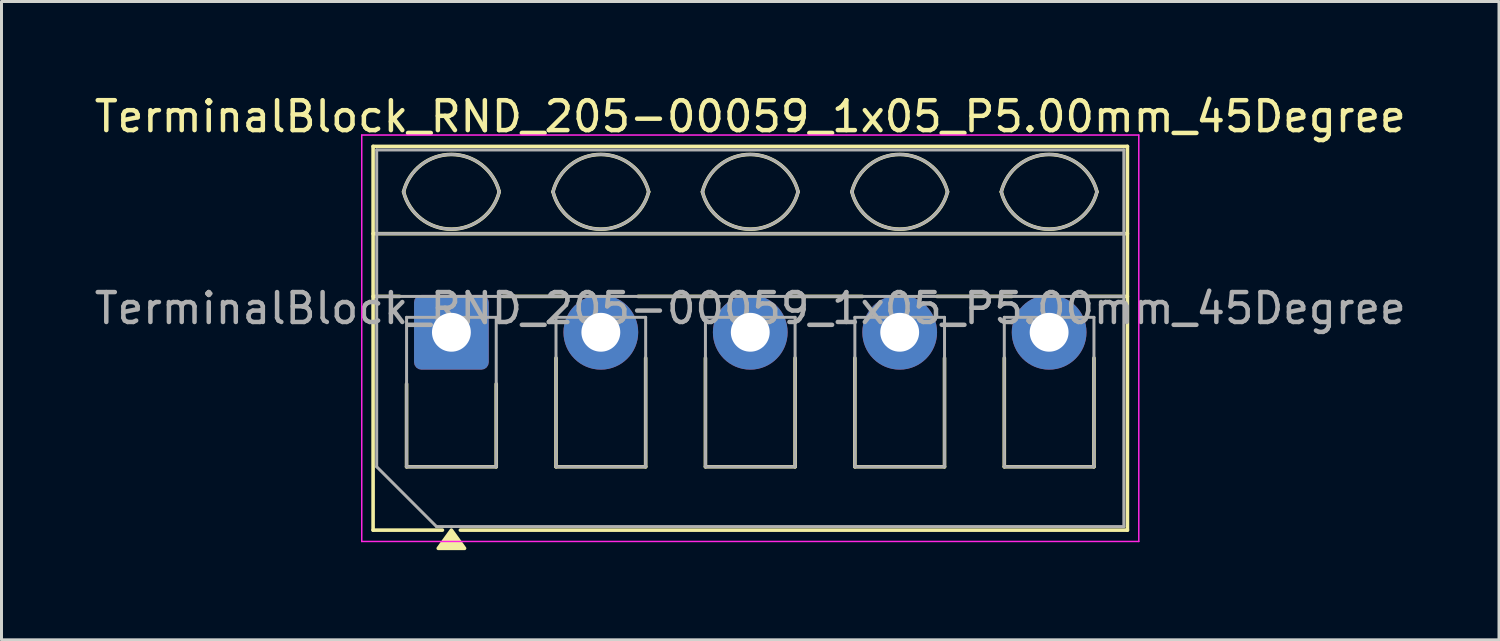
<source format=kicad_pcb>
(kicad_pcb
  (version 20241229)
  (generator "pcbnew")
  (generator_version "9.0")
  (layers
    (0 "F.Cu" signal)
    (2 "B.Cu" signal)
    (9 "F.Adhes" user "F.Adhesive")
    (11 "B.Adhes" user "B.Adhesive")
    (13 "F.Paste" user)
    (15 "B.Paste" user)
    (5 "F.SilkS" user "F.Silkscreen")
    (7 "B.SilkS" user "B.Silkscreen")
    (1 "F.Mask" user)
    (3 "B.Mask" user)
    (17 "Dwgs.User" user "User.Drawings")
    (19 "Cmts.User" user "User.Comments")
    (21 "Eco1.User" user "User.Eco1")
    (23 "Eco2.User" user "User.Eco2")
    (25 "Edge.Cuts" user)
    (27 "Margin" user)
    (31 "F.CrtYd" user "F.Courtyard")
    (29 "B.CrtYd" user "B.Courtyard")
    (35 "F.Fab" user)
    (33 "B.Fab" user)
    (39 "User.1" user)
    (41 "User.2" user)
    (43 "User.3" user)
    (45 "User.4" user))
  (footprint "TerminalBlock_RND_205-00059_1x05_P5.00mm_45Degree"
    (layer "F.Cu")
    (at 12.054 8.068)
    (property "Reference" "TerminalBlock_RND_205-00059_1x05_P5.00mm_45Degree" (at 10 -7.22 0) (layer "F.SilkS") (effects (font (size 1 1) (thickness 0.15))))
    (attr through_hole)
    (fp_line (start -2.62 -6.22) (end 22.62 -6.22) (stroke (width 0.12) (type solid)) (layer "F.SilkS"))
    (fp_line (start -2.62 -3.3) (end 22.62 -3.3) (stroke (width 0.12) (type solid)) (layer "F.SilkS"))
    (fp_line (start -2.62 -1.2) (end -1.73 -1.2) (stroke (width 0.12) (type solid)) (layer "F.SilkS"))
    (fp_line (start -2.62 6.62) (end -2.62 -6.22) (stroke (width 0.12) (type solid)) (layer "F.SilkS"))
    (fp_line (start -1.5 4.5) (end -1.5 1.73) (stroke (width 0.12) (type solid)) (layer "F.SilkS"))
    (fp_line (start -0.3 6.62) (end -2.62 6.62) (stroke (width 0.12) (type solid)) (layer "F.SilkS"))
    (fp_line (start 1.5 1.73) (end 1.5 4.5) (stroke (width 0.12) (type solid)) (layer "F.SilkS"))
    (fp_line (start 1.5 4.5) (end -1.5 4.5) (stroke (width 0.12) (type solid)) (layer "F.SilkS"))
    (fp_line (start 1.73 -1.2) (end 3.754 -1.2) (stroke (width 0.12) (type solid)) (layer "F.SilkS"))
    (fp_line (start 3.5 4.5) (end 3.5 0.862) (stroke (width 0.12) (type solid)) (layer "F.SilkS"))
    (fp_line (start 6.246 -1.2) (end 8.754 -1.2) (stroke (width 0.12) (type solid)) (layer "F.SilkS"))
    (fp_line (start 6.5 0.862) (end 6.5 4.5) (stroke (width 0.12) (type solid)) (layer "F.SilkS"))
    (fp_line (start 6.5 4.5) (end 3.5 4.5) (stroke (width 0.12) (type solid)) (layer "F.SilkS"))
    (fp_line (start 8.5 4.5) (end 8.5 0.862) (stroke (width 0.12) (type solid)) (layer "F.SilkS"))
    (fp_line (start 11.246 -1.2) (end 13.754 -1.2) (stroke (width 0.12) (type solid)) (layer "F.SilkS"))
    (fp_line (start 11.5 0.862) (end 11.5 4.5) (stroke (width 0.12) (type solid)) (layer "F.SilkS"))
    (fp_line (start 11.5 4.5) (end 8.5 4.5) (stroke (width 0.12) (type solid)) (layer "F.SilkS"))
    (fp_line (start 13.5 4.5) (end 13.5 0.862) (stroke (width 0.12) (type solid)) (layer "F.SilkS"))
    (fp_line (start 16.246 -1.2) (end 18.754 -1.2) (stroke (width 0.12) (type solid)) (layer "F.SilkS"))
    (fp_line (start 16.5 0.862) (end 16.5 4.5) (stroke (width 0.12) (type solid)) (layer "F.SilkS"))
    (fp_line (start 16.5 4.5) (end 13.5 4.5) (stroke (width 0.12) (type solid)) (layer "F.SilkS"))
    (fp_line (start 18.5 4.5) (end 18.5 0.862) (stroke (width 0.12) (type solid)) (layer "F.SilkS"))
    (fp_line (start 21.246 -1.2) (end 22.62 -1.2) (stroke (width 0.12) (type solid)) (layer "F.SilkS"))
    (fp_line (start 21.5 0.862) (end 21.5 4.5) (stroke (width 0.12) (type solid)) (layer "F.SilkS"))
    (fp_line (start 21.5 4.5) (end 18.5 4.5) (stroke (width 0.12) (type solid)) (layer "F.SilkS"))
    (fp_line (start 22.62 -6.22) (end 22.62 6.62) (stroke (width 0.12) (type solid)) (layer "F.SilkS"))
    (fp_line (start 22.62 6.62) (end 0.3 6.62) (stroke (width 0.12) (type solid)) (layer "F.SilkS"))
    (fp_arc (start -1.6 -4.7) (mid 0 -5.95) (end 1.6 -4.7) (stroke (width 0.12) (type solid)) (layer "F.SilkS"))
    (fp_arc (start 1.6 -4.7) (mid 0 -3.45) (end -1.6 -4.7) (stroke (width 0.12) (type solid)) (layer "F.SilkS"))
    (fp_arc (start 3.4 -4.7) (mid 5 -5.95) (end 6.6 -4.7) (stroke (width 0.12) (type solid)) (layer "F.SilkS"))
    (fp_arc (start 6.6 -4.7) (mid 5 -3.45) (end 3.4 -4.7) (stroke (width 0.12) (type solid)) (layer "F.SilkS"))
    (fp_arc (start 8.4 -4.7) (mid 10 -5.95) (end 11.6 -4.7) (stroke (width 0.12) (type solid)) (layer "F.SilkS"))
    (fp_arc (start 11.6 -4.7) (mid 10 -3.45) (end 8.4 -4.7) (stroke (width 0.12) (type solid)) (layer "F.SilkS"))
    (fp_arc (start 13.4 -4.7) (mid 15 -5.95) (end 16.6 -4.7) (stroke (width 0.12) (type solid)) (layer "F.SilkS"))
    (fp_arc (start 16.6 -4.7) (mid 15 -3.45) (end 13.4 -4.7) (stroke (width 0.12) (type solid)) (layer "F.SilkS"))
    (fp_arc (start 18.4 -4.7) (mid 20 -5.95) (end 21.6 -4.7) (stroke (width 0.12) (type solid)) (layer "F.SilkS"))
    (fp_arc (start 21.6 -4.7) (mid 20 -3.45) (end 18.4 -4.7) (stroke (width 0.12) (type solid)) (layer "F.SilkS"))
    (fp_poly (pts (xy 0 6.62) (xy 0.44 7.23) (xy -0.44 7.23)) (stroke (width 0.12) (type solid)) (fill yes) (layer "F.SilkS"))
    (fp_line (start -3 -6.6) (end -3 7) (stroke (width 0.05) (type solid)) (layer "F.CrtYd"))
    (fp_line (start -3 7) (end 23 7) (stroke (width 0.05) (type solid)) (layer "F.CrtYd"))
    (fp_line (start 23 -6.6) (end -3 -6.6) (stroke (width 0.05) (type solid)) (layer "F.CrtYd"))
    (fp_line (start 23 7) (end 23 -6.6) (stroke (width 0.05) (type solid)) (layer "F.CrtYd"))
    (fp_line (start -2.5 -6.1) (end 22.5 -6.1) (stroke (width 0.1) (type solid)) (layer "F.Fab"))
    (fp_line (start -2.5 -3.3) (end 22.5 -3.3) (stroke (width 0.1) (type solid)) (layer "F.Fab"))
    (fp_line (start -2.5 -1.2) (end 22.5 -1.2) (stroke (width 0.1) (type solid)) (layer "F.Fab"))
    (fp_line (start -2.5 4.5) (end -2.5 -6.1) (stroke (width 0.1) (type solid)) (layer "F.Fab"))
    (fp_line (start -1.5 -0.5) (end -1.5 4.5) (stroke (width 0.1) (type solid)) (layer "F.Fab"))
    (fp_line (start -1.5 4.5) (end 1.5 4.5) (stroke (width 0.1) (type solid)) (layer "F.Fab"))
    (fp_line (start -0.5 6.5) (end -2.5 4.5) (stroke (width 0.1) (type solid)) (layer "F.Fab"))
    (fp_line (start 1.5 -0.5) (end -1.5 -0.5) (stroke (width 0.1) (type solid)) (layer "F.Fab"))
    (fp_line (start 1.5 4.5) (end 1.5 -0.5) (stroke (width 0.1) (type solid)) (layer "F.Fab"))
    (fp_line (start 3.5 -0.5) (end 3.5 4.5) (stroke (width 0.1) (type solid)) (layer "F.Fab"))
    (fp_line (start 3.5 4.5) (end 6.5 4.5) (stroke (width 0.1) (type solid)) (layer "F.Fab"))
    (fp_line (start 6.5 -0.5) (end 3.5 -0.5) (stroke (width 0.1) (type solid)) (layer "F.Fab"))
    (fp_line (start 6.5 4.5) (end 6.5 -0.5) (stroke (width 0.1) (type solid)) (layer "F.Fab"))
    (fp_line (start 8.5 -0.5) (end 8.5 4.5) (stroke (width 0.1) (type solid)) (layer "F.Fab"))
    (fp_line (start 8.5 4.5) (end 11.5 4.5) (stroke (width 0.1) (type solid)) (layer "F.Fab"))
    (fp_line (start 11.5 -0.5) (end 8.5 -0.5) (stroke (width 0.1) (type solid)) (layer "F.Fab"))
    (fp_line (start 11.5 4.5) (end 11.5 -0.5) (stroke (width 0.1) (type solid)) (layer "F.Fab"))
    (fp_line (start 13.5 -0.5) (end 13.5 4.5) (stroke (width 0.1) (type solid)) (layer "F.Fab"))
    (fp_line (start 13.5 4.5) (end 16.5 4.5) (stroke (width 0.1) (type solid)) (layer "F.Fab"))
    (fp_line (start 16.5 -0.5) (end 13.5 -0.5) (stroke (width 0.1) (type solid)) (layer "F.Fab"))
    (fp_line (start 16.5 4.5) (end 16.5 -0.5) (stroke (width 0.1) (type solid)) (layer "F.Fab"))
    (fp_line (start 18.5 -0.5) (end 18.5 4.5) (stroke (width 0.1) (type solid)) (layer "F.Fab"))
    (fp_line (start 18.5 4.5) (end 21.5 4.5) (stroke (width 0.1) (type solid)) (layer "F.Fab"))
    (fp_line (start 21.5 -0.5) (end 18.5 -0.5) (stroke (width 0.1) (type solid)) (layer "F.Fab"))
    (fp_line (start 21.5 4.5) (end 21.5 -0.5) (stroke (width 0.1) (type solid)) (layer "F.Fab"))
    (fp_line (start 22.5 -6.1) (end 22.5 6.5) (stroke (width 0.1) (type solid)) (layer "F.Fab"))
    (fp_line (start 22.5 6.5) (end -0.5 6.5) (stroke (width 0.1) (type solid)) (layer "F.Fab"))
    (fp_arc (start -1.6 -4.7) (mid 0 -5.95) (end 1.6 -4.7) (stroke (width 0.1) (type solid)) (layer "F.Fab"))
    (fp_arc (start 1.6 -4.7) (mid 0 -3.45) (end -1.6 -4.7) (stroke (width 0.1) (type solid)) (layer "F.Fab"))
    (fp_arc (start 3.4 -4.7) (mid 5 -5.95) (end 6.6 -4.7) (stroke (width 0.1) (type solid)) (layer "F.Fab"))
    (fp_arc (start 6.6 -4.7) (mid 5 -3.45) (end 3.4 -4.7) (stroke (width 0.1) (type solid)) (layer "F.Fab"))
    (fp_arc (start 8.4 -4.7) (mid 10 -5.95) (end 11.6 -4.7) (stroke (width 0.1) (type solid)) (layer "F.Fab"))
    (fp_arc (start 11.6 -4.7) (mid 10 -3.45) (end 8.4 -4.7) (stroke (width 0.1) (type solid)) (layer "F.Fab"))
    (fp_arc (start 13.4 -4.7) (mid 15 -5.95) (end 16.6 -4.7) (stroke (width 0.1) (type solid)) (layer "F.Fab"))
    (fp_arc (start 16.6 -4.7) (mid 15 -3.45) (end 13.4 -4.7) (stroke (width 0.1) (type solid)) (layer "F.Fab"))
    (fp_arc (start 18.4 -4.7) (mid 20 -5.95) (end 21.6 -4.7) (stroke (width 0.1) (type solid)) (layer "F.Fab"))
    (fp_arc (start 21.6 -4.7) (mid 20 -3.45) (end 18.4 -4.7) (stroke (width 0.1) (type solid)) (layer "F.Fab"))
    (fp_text user "${REFERENCE}" (at 10 -0.8 0) (layer "F.Fab") (effects (font (size 1 1) (thickness 0.15))))
    (pad "1" thru_hole roundrect (at 0 0) (size 2.5 2.5) (drill 1.3) (layers "*.Cu" "*.Mask") (roundrect_rratio 0.1))
    (pad "2" thru_hole circle (at 5 0) (size 2.5 2.5) (drill 1.3) (layers "*.Cu" "*.Mask"))
    (pad "3" thru_hole circle (at 10 0) (size 2.5 2.5) (drill 1.3) (layers "*.Cu" "*.Mask"))
    (pad "4" thru_hole circle (at 15 0) (size 2.5 2.5) (drill 1.3) (layers "*.Cu" "*.Mask"))
    (pad "5" thru_hole circle (at 20 0) (size 2.5 2.5) (drill 1.3) (layers "*.Cu" "*.Mask")))
  (gr_rect
    (start -3 -3)
    (end 47.107 18.358)
    (stroke (width 0.1) (type default))
    (fill no)
    (layer "Edge.Cuts")))
</source>
